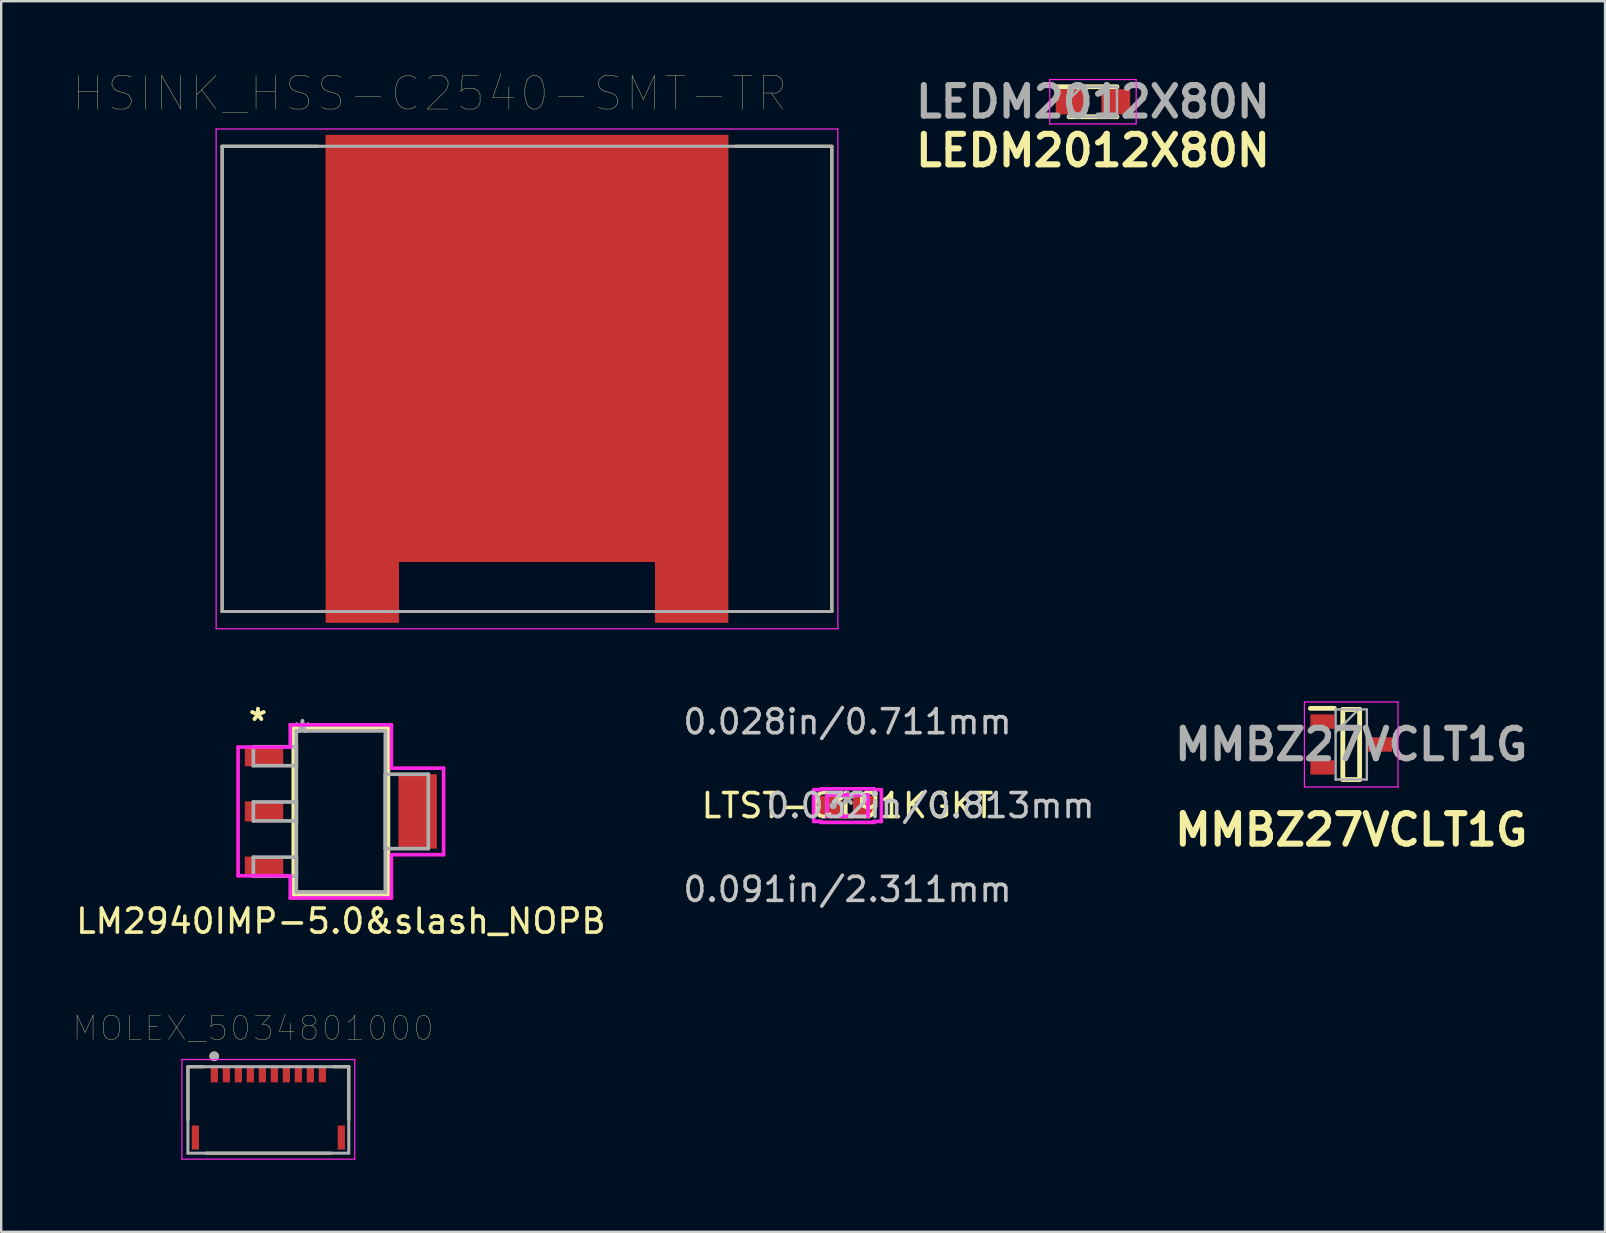
<source format=kicad_pcb>
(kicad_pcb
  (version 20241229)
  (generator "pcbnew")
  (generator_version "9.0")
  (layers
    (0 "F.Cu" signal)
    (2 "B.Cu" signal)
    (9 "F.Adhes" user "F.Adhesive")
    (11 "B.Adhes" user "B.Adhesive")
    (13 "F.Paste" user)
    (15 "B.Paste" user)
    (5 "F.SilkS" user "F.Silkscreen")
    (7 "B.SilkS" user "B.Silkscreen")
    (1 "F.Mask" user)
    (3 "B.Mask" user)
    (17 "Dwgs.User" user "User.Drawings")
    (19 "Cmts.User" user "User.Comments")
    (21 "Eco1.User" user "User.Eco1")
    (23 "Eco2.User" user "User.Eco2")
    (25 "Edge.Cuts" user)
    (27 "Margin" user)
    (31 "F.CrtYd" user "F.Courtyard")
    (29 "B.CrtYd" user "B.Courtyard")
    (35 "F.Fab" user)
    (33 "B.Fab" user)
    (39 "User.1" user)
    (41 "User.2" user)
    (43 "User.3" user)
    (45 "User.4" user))
  (footprint "LEDM2012X80N"
    (layer "F.Cu")
    (at 42.481 1.189)
    (property "Reference" "LEDM2012X80N" (at 0 2.032 0) (layer "F.SilkS") (effects (font (size 1.27 1.27) (thickness 0.254))))
    (attr smd)
    (fp_line (start -1 0.625) (end 1 0.625) (stroke (width 0.2) (type solid)) (layer "F.SilkS"))
    (fp_line (start 1 -0.625) (end -1.475 -0.625) (stroke (width 0.2) (type solid)) (layer "F.SilkS"))
    (fp_line (start -1.8 -0.925) (end 1.8 -0.925) (stroke (width 0.05) (type solid)) (layer "F.CrtYd"))
    (fp_line (start -1.8 0.925) (end -1.8 -0.925) (stroke (width 0.05) (type solid)) (layer "F.CrtYd"))
    (fp_line (start 1.8 -0.925) (end 1.8 0.925) (stroke (width 0.05) (type solid)) (layer "F.CrtYd"))
    (fp_line (start 1.8 0.925) (end -1.8 0.925) (stroke (width 0.05) (type solid)) (layer "F.CrtYd"))
    (fp_line (start -1 -0.625) (end 1 -0.625) (stroke (width 0.1) (type solid)) (layer "F.Fab"))
    (fp_line (start -1 -0.1) (end -0.475 -0.625) (stroke (width 0.1) (type solid)) (layer "F.Fab"))
    (fp_line (start -1 0.625) (end -1 -0.625) (stroke (width 0.1) (type solid)) (layer "F.Fab"))
    (fp_line (start 1 -0.625) (end 1 0.625) (stroke (width 0.1) (type solid)) (layer "F.Fab"))
    (fp_line (start 1 0.625) (end -1 0.625) (stroke (width 0.1) (type solid)) (layer "F.Fab"))
    (fp_text user "${REFERENCE}" (at 0 0 0) (layer "F.Fab") (effects (font (size 1.27 1.27) (thickness 0.254))))
    (pad "1" smd rect (at -0.95 0 90) (size 1.05 1.2) (layers "F.Cu" "F.Mask" "F.Paste"))
    (pad "2" smd rect (at 0.95 0 90) (size 1.05 1.2) (layers "F.Cu" "F.Mask" "F.Paste")))
  (footprint "MOLEX_5034801000"
    (layer "F.Cu")
    (at 8.129 41.689)
    (property "Reference" "MOLEX_5034801000" (at -0.635 -1.905 0) (layer "F.SilkS") (effects (font (size 1 1) (thickness 0.015))))
    (attr through_hole)
    (fp_line (start -3.35 -0.3) (end -3.35 1.9) (stroke (width 0.127) (type solid)) (layer "F.SilkS"))
    (fp_line (start -2.7 -0.3) (end -3.35 -0.3) (stroke (width 0.127) (type solid)) (layer "F.SilkS"))
    (fp_line (start -2.6 3.3) (end 2.6 3.3) (stroke (width 0.127) (type solid)) (layer "F.SilkS"))
    (fp_line (start 2.7 -0.3) (end 3.35 -0.3) (stroke (width 0.127) (type solid)) (layer "F.SilkS"))
    (fp_line (start 3.35 -0.3) (end 3.35 1.9) (stroke (width 0.127) (type solid)) (layer "F.SilkS"))
    (fp_circle (center -2.255 -0.735) (end -2.155 -0.735) (stroke (width 0.2) (type solid)) (fill no) (layer "F.SilkS"))
    (fp_line (start -3.6 -0.6) (end 3.6 -0.6) (stroke (width 0.05) (type solid)) (layer "F.CrtYd"))
    (fp_line (start -3.6 3.55) (end -3.6 -0.6) (stroke (width 0.05) (type solid)) (layer "F.CrtYd"))
    (fp_line (start 3.6 -0.6) (end 3.6 3.55) (stroke (width 0.05) (type solid)) (layer "F.CrtYd"))
    (fp_line (start 3.6 3.55) (end -3.6 3.55) (stroke (width 0.05) (type solid)) (layer "F.CrtYd"))
    (fp_line (start -3.35 -0.3) (end 3.35 -0.3) (stroke (width 0.127) (type solid)) (layer "F.Fab"))
    (fp_line (start -3.35 3.3) (end -3.35 -0.3) (stroke (width 0.127) (type solid)) (layer "F.Fab"))
    (fp_line (start 3.35 -0.3) (end 3.35 3.3) (stroke (width 0.127) (type solid)) (layer "F.Fab"))
    (fp_line (start 3.35 3.3) (end -3.35 3.3) (stroke (width 0.127) (type solid)) (layer "F.Fab"))
    (fp_circle (center -2.255 -0.735) (end -2.155 -0.735) (stroke (width 0.2) (type solid)) (fill no) (layer "F.Fab"))
    (pad "1" smd rect (at -2.25 0) (size 0.3 0.7) (layers "F.Cu" "F.Mask" "F.Paste"))
    (pad "2" smd rect (at -1.75 0) (size 0.3 0.7) (layers "F.Cu" "F.Mask" "F.Paste"))
    (pad "3" smd rect (at -1.25 0) (size 0.3 0.7) (layers "F.Cu" "F.Mask" "F.Paste"))
    (pad "4" smd rect (at -0.75 0) (size 0.3 0.7) (layers "F.Cu" "F.Mask" "F.Paste"))
    (pad "5" smd rect (at -0.25 0) (size 0.3 0.7) (layers "F.Cu" "F.Mask" "F.Paste"))
    (pad "6" smd rect (at 0.25 0) (size 0.3 0.7) (layers "F.Cu" "F.Mask" "F.Paste"))
    (pad "7" smd rect (at 0.75 0) (size 0.3 0.7) (layers "F.Cu" "F.Mask" "F.Paste"))
    (pad "8" smd rect (at 1.25 0) (size 0.3 0.7) (layers "F.Cu" "F.Mask" "F.Paste"))
    (pad "9" smd rect (at 1.75 0) (size 0.3 0.7) (layers "F.Cu" "F.Mask" "F.Paste"))
    (pad "10" smd rect (at 2.25 0) (size 0.3 0.7) (layers "F.Cu" "F.Mask" "F.Paste"))
    (pad "S1" smd rect (at -3.04 2.65) (size 0.3 1) (layers "F.Cu" "F.Mask" "F.Paste"))
    (pad "S2" smd rect (at 3.04 2.65) (size 0.3 1) (layers "F.Cu" "F.Mask" "F.Paste")))
  (footprint "LM2940IMP-5.0&slash_NOPB"
    (layer "F.Cu")
    (at 11.149 30.753)
    (property "Reference" "LM2940IMP-5.0&slash_NOPB" (at 0 4.572 0) (layer "F.SilkS") (effects (font (size 1 1) (thickness 0.15))))
    (attr through_hole)
    (fp_line (start -1.981 -3.48) (end -1.981 3.48) (stroke (width 0.152) (type solid)) (layer "F.SilkS"))
    (fp_line (start -1.981 3.48) (end 1.981 3.48) (stroke (width 0.152) (type solid)) (layer "F.SilkS"))
    (fp_line (start 1.981 -3.48) (end -1.981 -3.48) (stroke (width 0.152) (type solid)) (layer "F.SilkS"))
    (fp_line (start 1.981 3.48) (end 1.981 -3.48) (stroke (width 0.152) (type solid)) (layer "F.SilkS"))
    (fp_line (start -4.28 -2.681) (end -2.108 -2.681) (stroke (width 0.152) (type solid)) (layer "F.CrtYd"))
    (fp_line (start -4.28 2.681) (end -4.28 -2.681) (stroke (width 0.152) (type solid)) (layer "F.CrtYd"))
    (fp_line (start -2.108 -3.607) (end 2.108 -3.607) (stroke (width 0.152) (type solid)) (layer "F.CrtYd"))
    (fp_line (start -2.108 -2.681) (end -2.108 -3.607) (stroke (width 0.152) (type solid)) (layer "F.CrtYd"))
    (fp_line (start -2.108 2.681) (end -4.28 2.681) (stroke (width 0.152) (type solid)) (layer "F.CrtYd"))
    (fp_line (start -2.108 3.607) (end -2.108 2.681) (stroke (width 0.152) (type solid)) (layer "F.CrtYd"))
    (fp_line (start 2.108 -3.607) (end 2.108 -1.803) (stroke (width 0.152) (type solid)) (layer "F.CrtYd"))
    (fp_line (start 2.108 -1.803) (end 4.28 -1.803) (stroke (width 0.152) (type solid)) (layer "F.CrtYd"))
    (fp_line (start 2.108 1.803) (end 2.108 3.607) (stroke (width 0.152) (type solid)) (layer "F.CrtYd"))
    (fp_line (start 2.108 3.607) (end -2.108 3.607) (stroke (width 0.152) (type solid)) (layer "F.CrtYd"))
    (fp_line (start 4.28 -1.803) (end 4.28 1.803) (stroke (width 0.152) (type solid)) (layer "F.CrtYd"))
    (fp_line (start 4.28 1.803) (end 2.108 1.803) (stroke (width 0.152) (type solid)) (layer "F.CrtYd"))
    (fp_line (start -3.645 -2.694) (end -3.645 -1.906) (stroke (width 0.152) (type solid)) (layer "F.Fab"))
    (fp_line (start -3.645 -1.906) (end -1.854 -1.906) (stroke (width 0.152) (type solid)) (layer "F.Fab"))
    (fp_line (start -3.645 -0.394) (end -3.645 0.394) (stroke (width 0.152) (type solid)) (layer "F.Fab"))
    (fp_line (start -3.645 0.394) (end -1.854 0.394) (stroke (width 0.152) (type solid)) (layer "F.Fab"))
    (fp_line (start -3.645 1.906) (end -3.645 2.694) (stroke (width 0.152) (type solid)) (layer "F.Fab"))
    (fp_line (start -3.645 2.694) (end -1.854 2.694) (stroke (width 0.152) (type solid)) (layer "F.Fab"))
    (fp_line (start -1.854 -3.353) (end -1.854 3.353) (stroke (width 0.152) (type solid)) (layer "F.Fab"))
    (fp_line (start -1.854 -2.694) (end -3.645 -2.694) (stroke (width 0.152) (type solid)) (layer "F.Fab"))
    (fp_line (start -1.854 -1.906) (end -1.854 -2.694) (stroke (width 0.152) (type solid)) (layer "F.Fab"))
    (fp_line (start -1.854 -0.394) (end -3.645 -0.394) (stroke (width 0.152) (type solid)) (layer "F.Fab"))
    (fp_line (start -1.854 0.394) (end -1.854 -0.394) (stroke (width 0.152) (type solid)) (layer "F.Fab"))
    (fp_line (start -1.854 1.906) (end -3.645 1.906) (stroke (width 0.152) (type solid)) (layer "F.Fab"))
    (fp_line (start -1.854 2.694) (end -1.854 1.906) (stroke (width 0.152) (type solid)) (layer "F.Fab"))
    (fp_line (start -1.854 3.353) (end 1.854 3.353) (stroke (width 0.152) (type solid)) (layer "F.Fab"))
    (fp_line (start 1.854 -3.353) (end -1.854 -3.353) (stroke (width 0.152) (type solid)) (layer "F.Fab"))
    (fp_line (start 1.854 -1.549) (end 1.854 1.549) (stroke (width 0.152) (type solid)) (layer "F.Fab"))
    (fp_line (start 1.854 1.549) (end 3.645 1.549) (stroke (width 0.152) (type solid)) (layer "F.Fab"))
    (fp_line (start 1.854 3.353) (end 1.854 -3.353) (stroke (width 0.152) (type solid)) (layer "F.Fab"))
    (fp_line (start 3.645 -1.549) (end 1.854 -1.549) (stroke (width 0.152) (type solid)) (layer "F.Fab"))
    (fp_line (start 3.645 1.549) (end 3.645 -1.549) (stroke (width 0.152) (type solid)) (layer "F.Fab"))
    (fp_text user "*" (at -3.454 -3.735 0) (layer "F.SilkS") (effects (font (size 1 1) (thickness 0.15))))
    (fp_text user "*" (at -3.454 -3.735 0) (layer "F.SilkS") (effects (font (size 1 1) (thickness 0.15))))
    (fp_text user "Copyright 2016 Accelerated Designs. All rights reserved." (at 0 0 0) (layer "Cmts.User") (effects (font (size 0.127 0.127) (thickness 0.002))))
    (fp_text user "*" (at -1.6 -3.227 0) (layer "F.Fab") (effects (font (size 1 1) (thickness 0.15))))
    (fp_text user "*" (at -1.6 -3.227 0) (layer "F.Fab") (effects (font (size 1 1) (thickness 0.15))))
    (pad "1" smd rect (at -3.2 -2.3) (size 1.6 0.838) (layers "F.Cu" "F.Mask" "F.Paste"))
    (pad "2" smd rect (at -3.2 0) (size 1.6 0.838) (layers "F.Cu" "F.Mask" "F.Paste"))
    (pad "3" smd rect (at -3.2 2.3) (size 1.6 0.838) (layers "F.Cu" "F.Mask" "F.Paste"))
    (pad "4" smd rect (at 3.2 0) (size 1.6 3.099) (layers "F.Cu" "F.Mask" "F.Paste")))
  (footprint "HSINK_HSS-C2540-SMT-TR"
    (layer "F.Cu")
    (at 18.904 12.734)
    (property "Reference" "HSINK_HSS-C2540-SMT-TR" (at -4.055 -11.889 0) (layer "F.SilkS") (effects (font (size 1.4 1.4) (thickness 0.015))))
    (attr through_hole)
    (fp_poly (pts (xy -8.38 -10.16) (xy 8.38 -10.16) (xy 8.38 10.16) (xy 5.335 10.16) (xy 5.335 7.62) (xy -5.335 7.62) (xy -5.335 10.16) (xy -8.38 10.16)) (stroke (width 0.01) (type solid)) (fill yes) (layer "F.Cu"))
    (fp_poly (pts (xy -8.48 7.62) (xy -5.235 7.62) (xy -5.235 10.26) (xy -8.48 10.26)) (stroke (width 0.01) (type solid)) (fill yes) (layer "F.Mask"))
    (fp_poly (pts (xy 5.235 7.62) (xy 8.48 7.62) (xy 8.48 10.26) (xy 5.235 10.26)) (stroke (width 0.01) (type solid)) (fill yes) (layer "F.Mask"))
    (fp_line (start -12.7 -9.69) (end -12.7 9.69) (stroke (width 0.127) (type solid)) (layer "F.SilkS"))
    (fp_line (start -12.7 9.69) (end -8.7 9.69) (stroke (width 0.127) (type solid)) (layer "F.SilkS"))
    (fp_line (start -8.7 -9.69) (end -12.7 -9.69) (stroke (width 0.127) (type solid)) (layer "F.SilkS"))
    (fp_line (start 8.7 9.69) (end 12.7 9.69) (stroke (width 0.127) (type solid)) (layer "F.SilkS"))
    (fp_line (start 12.7 -9.69) (end 8.7 -9.69) (stroke (width 0.127) (type solid)) (layer "F.SilkS"))
    (fp_line (start 12.7 9.69) (end 12.7 -9.69) (stroke (width 0.127) (type solid)) (layer "F.SilkS"))
    (fp_poly (pts (xy -8.38 7.62) (xy -5.335 7.62) (xy -5.335 10.16) (xy -8.38 10.16)) (stroke (width 0.01) (type solid)) (fill yes) (layer "F.Paste"))
    (fp_poly (pts (xy 5.335 7.62) (xy 8.38 7.62) (xy 8.38 10.16) (xy 5.335 10.16)) (stroke (width 0.01) (type solid)) (fill yes) (layer "F.Paste"))
    (fp_line (start -12.95 -10.41) (end 12.95 -10.41) (stroke (width 0.05) (type solid)) (layer "F.CrtYd"))
    (fp_line (start -12.95 10.41) (end -12.95 -10.41) (stroke (width 0.05) (type solid)) (layer "F.CrtYd"))
    (fp_line (start 12.95 -10.41) (end 12.95 10.41) (stroke (width 0.05) (type solid)) (layer "F.CrtYd"))
    (fp_line (start 12.95 10.41) (end -12.95 10.41) (stroke (width 0.05) (type solid)) (layer "F.CrtYd"))
    (fp_line (start -12.7 -9.69) (end 12.7 -9.69) (stroke (width 0.127) (type solid)) (layer "F.Fab"))
    (fp_line (start -12.7 9.69) (end -12.7 -9.69) (stroke (width 0.127) (type solid)) (layer "F.Fab"))
    (fp_line (start 12.7 -9.69) (end 12.7 9.69) (stroke (width 0.127) (type solid)) (layer "F.Fab"))
    (fp_line (start 12.7 9.69) (end -12.7 9.69) (stroke (width 0.127) (type solid)) (layer "F.Fab"))
    (pad "1" smd rect (at 0 -1.27) (size 16.76 17.78) (layers "F.Cu" "F.Mask" "F.Paste")))
  (footprint "LTST-C191KGKT"
    (layer "F.Cu")
    (at 32.256 30.51)
    (property "Reference" "LTST-C191KGKT" (at 0 0 0) (layer "F.SilkS") (effects (font (size 1 1) (thickness 0.15))))
    (attr through_hole)
    (fp_line (start -0.305 -0.394) (end 0.305 -0.394) (stroke (width 0.152) (type solid)) (layer "F.Cu"))
    (fp_line (start -0.305 0.394) (end -0.305 -0.394) (stroke (width 0.152) (type solid)) (layer "F.Cu"))
    (fp_line (start 0.305 -0.394) (end 0.305 0.394) (stroke (width 0.152) (type solid)) (layer "F.Cu"))
    (fp_line (start 0.305 0.394) (end -0.305 0.394) (stroke (width 0.152) (type solid)) (layer "F.Cu"))
    (fp_line (start -1.41 -0.66) (end -1.105 -0.66) (stroke (width 0.152) (type solid)) (layer "F.CrtYd"))
    (fp_line (start -1.41 0.66) (end -1.41 -0.66) (stroke (width 0.152) (type solid)) (layer "F.CrtYd"))
    (fp_line (start -1.105 -0.699) (end 1.105 -0.699) (stroke (width 0.152) (type solid)) (layer "F.CrtYd"))
    (fp_line (start -1.105 -0.66) (end -1.105 -0.699) (stroke (width 0.152) (type solid)) (layer "F.CrtYd"))
    (fp_line (start -1.105 0.66) (end -1.41 0.66) (stroke (width 0.152) (type solid)) (layer "F.CrtYd"))
    (fp_line (start -1.105 0.699) (end -1.105 0.66) (stroke (width 0.152) (type solid)) (layer "F.CrtYd"))
    (fp_line (start -0.851 -0.445) (end 0.851 -0.445) (stroke (width 0.152) (type solid)) (layer "F.CrtYd"))
    (fp_line (start -0.851 0.445) (end -0.851 -0.445) (stroke (width 0.152) (type solid)) (layer "F.CrtYd"))
    (fp_line (start 0.851 -0.445) (end 0.851 0.445) (stroke (width 0.152) (type solid)) (layer "F.CrtYd"))
    (fp_line (start 0.851 0.445) (end -0.851 0.445) (stroke (width 0.152) (type solid)) (layer "F.CrtYd"))
    (fp_line (start 1.105 -0.699) (end 1.105 -0.66) (stroke (width 0.152) (type solid)) (layer "F.CrtYd"))
    (fp_line (start 1.105 -0.66) (end 1.41 -0.66) (stroke (width 0.152) (type solid)) (layer "F.CrtYd"))
    (fp_line (start 1.105 0.66) (end 1.105 0.699) (stroke (width 0.152) (type solid)) (layer "F.CrtYd"))
    (fp_line (start 1.105 0.699) (end -1.105 0.699) (stroke (width 0.152) (type solid)) (layer "F.CrtYd"))
    (fp_line (start 1.105 0.699) (end 1.105 0.699) (stroke (width 0.152) (type solid)) (layer "F.CrtYd"))
    (fp_line (start 1.41 -0.66) (end 1.41 0.66) (stroke (width 0.152) (type solid)) (layer "F.CrtYd"))
    (fp_line (start 1.41 0.66) (end 1.105 0.66) (stroke (width 0.152) (type solid)) (layer "F.CrtYd"))
    (fp_line (start -0.851 -0.445) (end -0.851 0.445) (stroke (width 0.152) (type solid)) (layer "F.Fab"))
    (fp_line (start -0.851 0.445) (end 0.851 0.445) (stroke (width 0.152) (type solid)) (layer "F.Fab"))
    (fp_line (start 0.851 -0.445) (end -0.851 -0.445) (stroke (width 0.152) (type solid)) (layer "F.Fab"))
    (fp_line (start 0.851 0.445) (end 0.851 -0.445) (stroke (width 0.152) (type solid)) (layer "F.Fab"))
    (fp_circle (center -0.597 0) (end -0.597 0) (stroke (width 0.152) (type solid)) (fill no) (layer "F.Fab"))
    (fp_text user "*" (at 0 0 0) (layer "F.SilkS") (effects (font (size 1 1) (thickness 0.15))))
    (fp_text user "0.032in/0.813mm" (at 3.454 0 0) (layer "Dwgs.User") (effects (font (size 1 1) (thickness 0.15))))
    (fp_text user "0.091in/2.311mm" (at 0 3.493 0) (layer "Dwgs.User") (effects (font (size 1 1) (thickness 0.15))))
    (fp_text user "0.028in/0.711mm" (at 0 -3.493 0) (layer "Dwgs.User") (effects (font (size 1 1) (thickness 0.15))))
    (fp_text user "Copyright 2016 Accelerated Designs. All rights reserved." (at 0 0 0) (layer "Cmts.User") (effects (font (size 0.127 0.127) (thickness 0.002))))
    (fp_text user "*" (at 0 0 0) (layer "F.Fab") (effects (font (size 1 1) (thickness 0.15))))
    (pad "1" smd rect (at -0.756 0) (size 0.8 0.813) (layers "F.Cu" "F.Mask" "F.Paste"))
    (pad "2" smd rect (at 0.756 0) (size 0.8 0.813) (layers "F.Cu" "F.Mask" "F.Paste")))
  (footprint "MMBZ27VCLT1G"
    (layer "F.Cu")
    (at 53.24 27.964)
    (property "Reference" "MMBZ27VCLT1G" (at 0 3.556 0) (layer "F.SilkS") (effects (font (size 1.27 1.27) (thickness 0.254))))
    (attr smd)
    (fp_line (start -1.7 -1.505) (end -0.7 -1.505) (stroke (width 0.2) (type solid)) (layer "F.SilkS"))
    (fp_line (start -0.35 -1.46) (end 0.35 -1.46) (stroke (width 0.2) (type solid)) (layer "F.SilkS"))
    (fp_line (start -0.35 1.46) (end -0.35 -1.46) (stroke (width 0.2) (type solid)) (layer "F.SilkS"))
    (fp_line (start 0.35 -1.46) (end 0.35 1.46) (stroke (width 0.2) (type solid)) (layer "F.SilkS"))
    (fp_line (start 0.35 1.46) (end -0.35 1.46) (stroke (width 0.2) (type solid)) (layer "F.SilkS"))
    (fp_line (start -1.95 -1.77) (end 1.95 -1.77) (stroke (width 0.05) (type solid)) (layer "F.CrtYd"))
    (fp_line (start -1.95 1.77) (end -1.95 -1.77) (stroke (width 0.05) (type solid)) (layer "F.CrtYd"))
    (fp_line (start 1.95 -1.77) (end 1.95 1.77) (stroke (width 0.05) (type solid)) (layer "F.CrtYd"))
    (fp_line (start 1.95 1.77) (end -1.95 1.77) (stroke (width 0.05) (type solid)) (layer "F.CrtYd"))
    (fp_line (start -0.65 -1.46) (end 0.65 -1.46) (stroke (width 0.1) (type solid)) (layer "F.Fab"))
    (fp_line (start -0.65 -0.505) (end 0.305 -1.46) (stroke (width 0.1) (type solid)) (layer "F.Fab"))
    (fp_line (start -0.65 1.46) (end -0.65 -1.46) (stroke (width 0.1) (type solid)) (layer "F.Fab"))
    (fp_line (start 0.65 -1.46) (end 0.65 1.46) (stroke (width 0.1) (type solid)) (layer "F.Fab"))
    (fp_line (start 0.65 1.46) (end -0.65 1.46) (stroke (width 0.1) (type solid)) (layer "F.Fab"))
    (fp_text user "${REFERENCE}" (at 0 0 0) (layer "F.Fab") (effects (font (size 1.27 1.27) (thickness 0.254))))
    (pad "1" smd rect (at -1.2 -0.955 90) (size 0.6 1) (layers "F.Cu" "F.Mask" "F.Paste"))
    (pad "2" smd rect (at -1.2 0.955 90) (size 0.6 1) (layers "F.Cu" "F.Mask" "F.Paste"))
    (pad "3" smd rect (at 1.2 0 90) (size 0.6 1) (layers "F.Cu" "F.Mask" "F.Paste")))
  (gr_rect
    (start -3 -3)
    (end 63.812 48.264)
    (stroke (width 0.1) (type default))
    (fill no)
    (layer "Edge.Cuts")))
</source>
